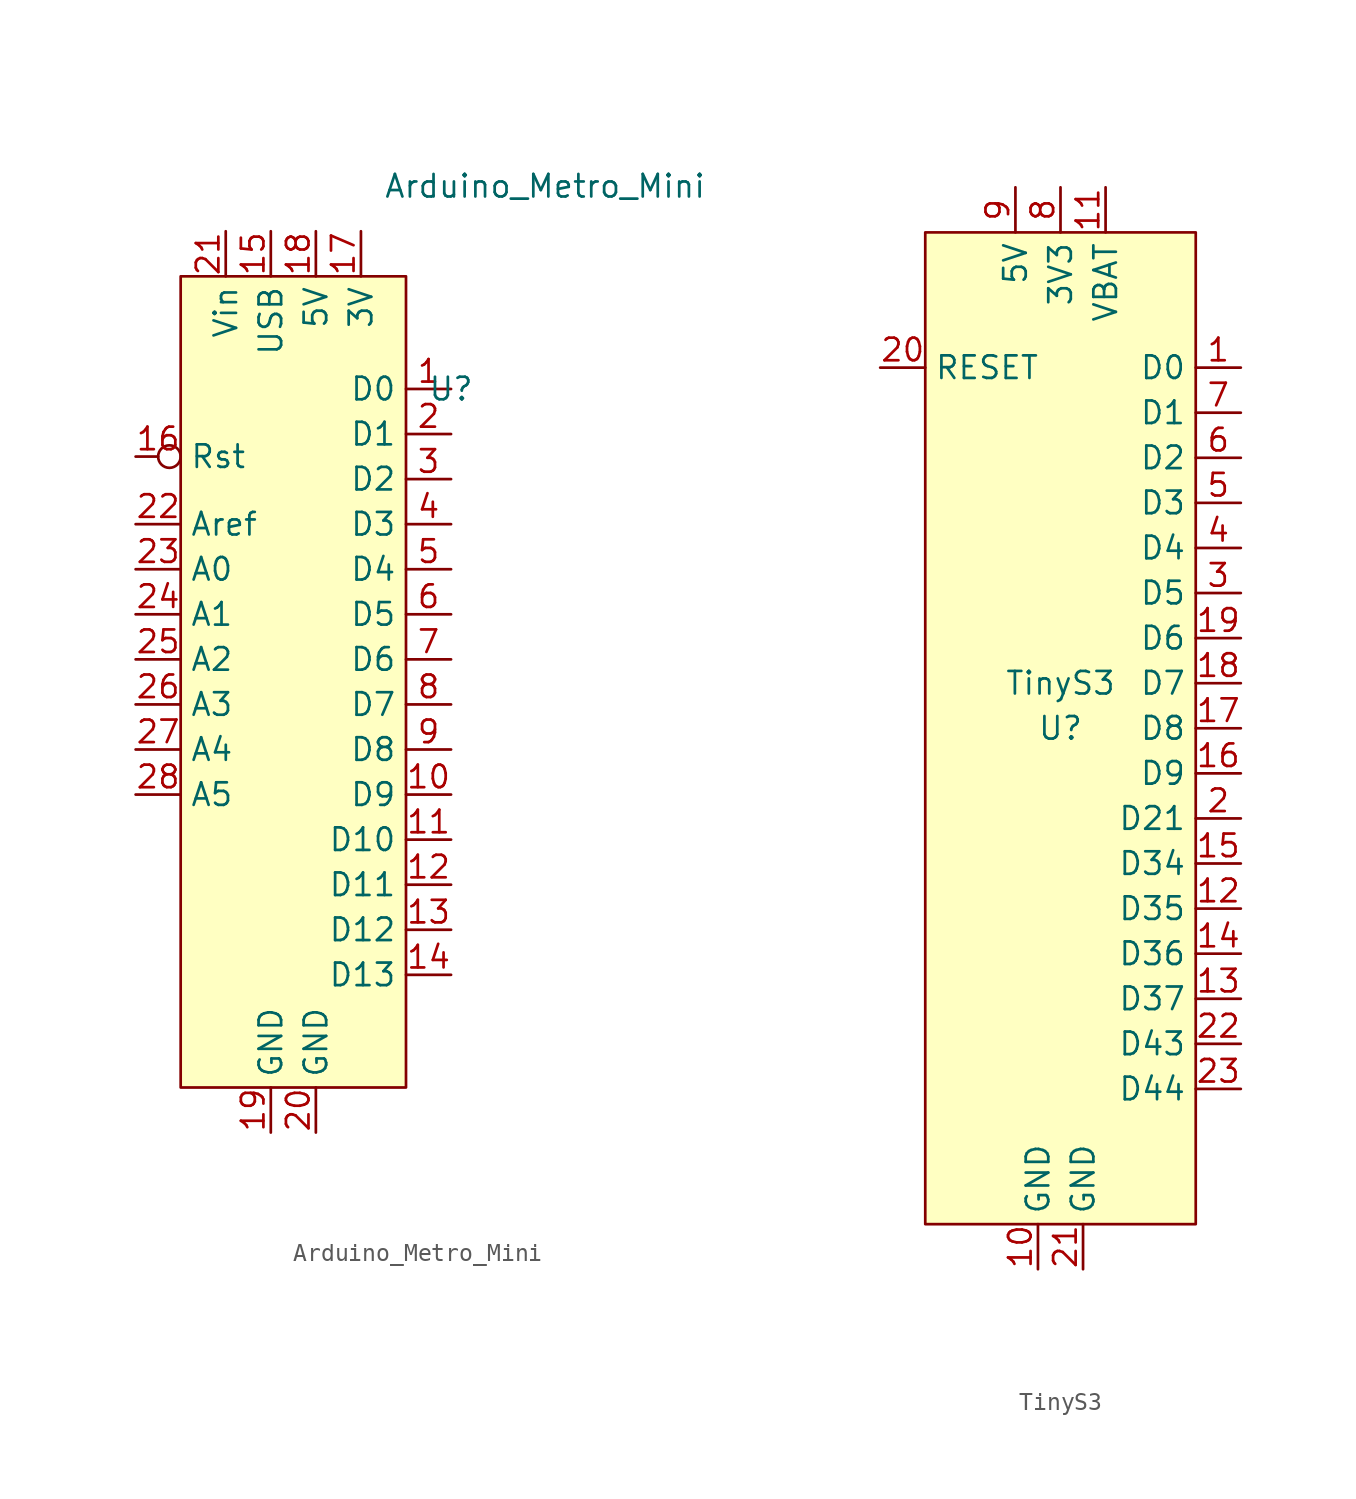
<source format=kicad_sym>
(kicad_symbol_lib
  (version 20211014)
  (generator kicad_symbol_editor)
  (symbol "Arduino_Metro_Mini"
    (property "Reference" "U"
      (at 8.89 15.24 0)
      (effects (font (size 1.27 1.27))))
    (property "Value" "Arduino_Metro_Mini"
      (at 5.08 26.67 0)
      (effects (font (size 1.27 1.27)) (justify left)))
    (symbol "Arduino_Metro_Mini_0_0"
      (pin bidirectional line (at 8.89 15.24 180) (length 2.54) (name "D0" (effects (font (size 1.27 1.27)))) (number "1" (effects (font (size 1.27 1.27)))))
      (pin bidirectional line (at 8.89 -7.62 180) (length 2.54) (name "D9" (effects (font (size 1.27 1.27)))) (number "10" (effects (font (size 1.27 1.27)))))
      (pin bidirectional line (at 8.89 -10.16 180) (length 2.54) (name "D10" (effects (font (size 1.27 1.27)))) (number "11" (effects (font (size 1.27 1.27)))))
      (pin bidirectional line (at 8.89 -12.7 180) (length 2.54) (name "D11" (effects (font (size 1.27 1.27)))) (number "12" (effects (font (size 1.27 1.27)))))
      (pin bidirectional line (at 8.89 -15.24 180) (length 2.54) (name "D12" (effects (font (size 1.27 1.27)))) (number "13" (effects (font (size 1.27 1.27)))))
      (pin bidirectional line (at 8.89 -17.78 180) (length 2.54) (name "D13" (effects (font (size 1.27 1.27)))) (number "14" (effects (font (size 1.27 1.27)))))
      (pin power_out line (at -1.27 24.13 270) (length 2.54) (name "USB" (effects (font (size 1.27 1.27)))) (number "15" (effects (font (size 1.27 1.27)))))
      (pin input inverted (at -8.89 11.43 0) (length 2.54) (name "Rst" (effects (font (size 1.27 1.27)))) (number "16" (effects (font (size 1.27 1.27)))))
      (pin power_out line (at 3.81 24.13 270) (length 2.54) (name "3V" (effects (font (size 1.27 1.27)))) (number "17" (effects (font (size 1.27 1.27)))))
      (pin power_out line (at 1.27 24.13 270) (length 2.54) (name "5V" (effects (font (size 1.27 1.27)))) (number "18" (effects (font (size 1.27 1.27)))))
      (pin power_out line (at -1.27 -26.67 90) (length 2.54) (name "GND" (effects (font (size 1.27 1.27)))) (number "19" (effects (font (size 1.27 1.27)))))
      (pin bidirectional line (at 8.89 12.7 180) (length 2.54) (name "D1" (effects (font (size 1.27 1.27)))) (number "2" (effects (font (size 1.27 1.27)))))
      (pin power_out line (at 1.27 -26.67 90) (length 2.54) (name "GND" (effects (font (size 1.27 1.27)))) (number "20" (effects (font (size 1.27 1.27)))))
      (pin power_in line (at -3.81 24.13 270) (length 2.54) (name "Vin" (effects (font (size 1.27 1.27)))) (number "21" (effects (font (size 1.27 1.27)))))
      (pin bidirectional line (at -8.89 7.62 0) (length 2.54) (name "Aref" (effects (font (size 1.27 1.27)))) (number "22" (effects (font (size 1.27 1.27)))))
      (pin bidirectional line (at -8.89 5.08 0) (length 2.54) (name "A0" (effects (font (size 1.27 1.27)))) (number "23" (effects (font (size 1.27 1.27)))))
      (pin bidirectional line (at -8.89 2.54 0) (length 2.54) (name "A1" (effects (font (size 1.27 1.27)))) (number "24" (effects (font (size 1.27 1.27)))))
      (pin bidirectional line (at -8.89 0 0) (length 2.54) (name "A2" (effects (font (size 1.27 1.27)))) (number "25" (effects (font (size 1.27 1.27)))))
      (pin bidirectional line (at -8.89 -2.54 0) (length 2.54) (name "A3" (effects (font (size 1.27 1.27)))) (number "26" (effects (font (size 1.27 1.27)))))
      (pin bidirectional line (at -8.89 -5.08 0) (length 2.54) (name "A4" (effects (font (size 1.27 1.27)))) (number "27" (effects (font (size 1.27 1.27)))))
      (pin bidirectional line (at -8.89 -7.62 0) (length 2.54) (name "A5" (effects (font (size 1.27 1.27)))) (number "28" (effects (font (size 1.27 1.27)))))
      (pin bidirectional line (at 8.89 10.16 180) (length 2.54) (name "D2" (effects (font (size 1.27 1.27)))) (number "3" (effects (font (size 1.27 1.27)))))
      (pin bidirectional line (at 8.89 7.62 180) (length 2.54) (name "D3" (effects (font (size 1.27 1.27)))) (number "4" (effects (font (size 1.27 1.27)))))
      (pin bidirectional line (at 8.89 5.08 180) (length 2.54) (name "D4" (effects (font (size 1.27 1.27)))) (number "5" (effects (font (size 1.27 1.27)))))
      (pin bidirectional line (at 8.89 2.54 180) (length 2.54) (name "D5" (effects (font (size 1.27 1.27)))) (number "6" (effects (font (size 1.27 1.27)))))
      (pin bidirectional line (at 8.89 0 180) (length 2.54) (name "D6" (effects (font (size 1.27 1.27)))) (number "7" (effects (font (size 1.27 1.27)))))
      (pin bidirectional line (at 8.89 -2.54 180) (length 2.54) (name "D7" (effects (font (size 1.27 1.27)))) (number "8" (effects (font (size 1.27 1.27)))))
      (pin bidirectional line (at 8.89 -5.08 180) (length 2.54) (name "D8" (effects (font (size 1.27 1.27)))) (number "9" (effects (font (size 1.27 1.27))))))
    (symbol "Arduino_Metro_Mini_0_1"
      (rectangle (start -6.35 21.59) (end 6.35 -24.13) (stroke (width 0) (type default) (color 0 0 0 0)) (fill (type background)))))
  (symbol "TinyS3"
    (property "Reference" "U"
      (at 0 0 0)
      (effects (font (size 1.27 1.27))))
    (property "Value" "TinyS3"
      (at 0 2.54 0)
      (effects (font (size 1.27 1.27))))
    (symbol "TinyS3_0_0"
      (pin bidirectional line (at 10.16 20.32 180) (length 2.54) (name "D0" (effects (font (size 1.27 1.27)))) (number "1" (effects (font (size 1.27 1.27)))))
      (pin power_out line (at -1.27 -30.48 90) (length 2.54) (name "GND" (effects (font (size 1.27 1.27)))) (number "10" (effects (font (size 1.27 1.27)))))
      (pin power_in line (at 2.54 30.48 270) (length 2.54) (name "VBAT" (effects (font (size 1.27 1.27)))) (number "11" (effects (font (size 1.27 1.27)))))
      (pin bidirectional line (at 10.16 -10.16 180) (length 2.54) (name "D35" (effects (font (size 1.27 1.27)))) (number "12" (effects (font (size 1.27 1.27)))))
      (pin bidirectional line (at 10.16 -15.24 180) (length 2.54) (name "D37" (effects (font (size 1.27 1.27)))) (number "13" (effects (font (size 1.27 1.27)))))
      (pin bidirectional line (at 10.16 -12.7 180) (length 2.54) (name "D36" (effects (font (size 1.27 1.27)))) (number "14" (effects (font (size 1.27 1.27)))))
      (pin bidirectional line (at 10.16 -7.62 180) (length 2.54) (name "D34" (effects (font (size 1.27 1.27)))) (number "15" (effects (font (size 1.27 1.27)))))
      (pin bidirectional line (at 10.16 -2.54 180) (length 2.54) (name "D9" (effects (font (size 1.27 1.27)))) (number "16" (effects (font (size 1.27 1.27)))))
      (pin bidirectional line (at 10.16 0 180) (length 2.54) (name "D8" (effects (font (size 1.27 1.27)))) (number "17" (effects (font (size 1.27 1.27)))))
      (pin bidirectional line (at 10.16 2.54 180) (length 2.54) (name "D7" (effects (font (size 1.27 1.27)))) (number "18" (effects (font (size 1.27 1.27)))))
      (pin bidirectional line (at 10.16 5.08 180) (length 2.54) (name "D6" (effects (font (size 1.27 1.27)))) (number "19" (effects (font (size 1.27 1.27)))))
      (pin bidirectional line (at 10.16 -5.08 180) (length 2.54) (name "D21" (effects (font (size 1.27 1.27)))) (number "2" (effects (font (size 1.27 1.27)))))
      (pin input line (at -10.16 20.32 0) (length 2.54) (name "RESET" (effects (font (size 1.27 1.27)))) (number "20" (effects (font (size 1.27 1.27)))))
      (pin power_in line (at 1.27 -30.48 90) (length 2.54) (name "GND" (effects (font (size 1.27 1.27)))) (number "21" (effects (font (size 1.27 1.27)))))
      (pin bidirectional line (at 10.16 -17.78 180) (length 2.54) (name "D43" (effects (font (size 1.27 1.27)))) (number "22" (effects (font (size 1.27 1.27)))))
      (pin bidirectional line (at 10.16 -20.32 180) (length 2.54) (name "D44" (effects (font (size 1.27 1.27)))) (number "23" (effects (font (size 1.27 1.27)))))
      (pin bidirectional line (at 10.16 7.62 180) (length 2.54) (name "D5" (effects (font (size 1.27 1.27)))) (number "3" (effects (font (size 1.27 1.27)))))
      (pin bidirectional line (at 10.16 10.16 180) (length 2.54) (name "D4" (effects (font (size 1.27 1.27)))) (number "4" (effects (font (size 1.27 1.27)))))
      (pin bidirectional line (at 10.16 12.7 180) (length 2.54) (name "D3" (effects (font (size 1.27 1.27)))) (number "5" (effects (font (size 1.27 1.27)))))
      (pin bidirectional line (at 10.16 15.24 180) (length 2.54) (name "D2" (effects (font (size 1.27 1.27)))) (number "6" (effects (font (size 1.27 1.27)))))
      (pin bidirectional line (at 10.16 17.78 180) (length 2.54) (name "D1" (effects (font (size 1.27 1.27)))) (number "7" (effects (font (size 1.27 1.27)))))
      (pin power_out line (at 0 30.48 270) (length 2.54) (name "3V3" (effects (font (size 1.27 1.27)))) (number "8" (effects (font (size 1.27 1.27)))))
      (pin power_out line (at -2.54 30.48 270) (length 2.54) (name "5V" (effects (font (size 1.27 1.27)))) (number "9" (effects (font (size 1.27 1.27))))))
    (symbol "TinyS3_0_1"
      (rectangle (start 7.62 27.94) (end -7.62 -27.94) (stroke (width 0) (type default) (color 0 0 0 0)) (fill (type background))))))
</source>
